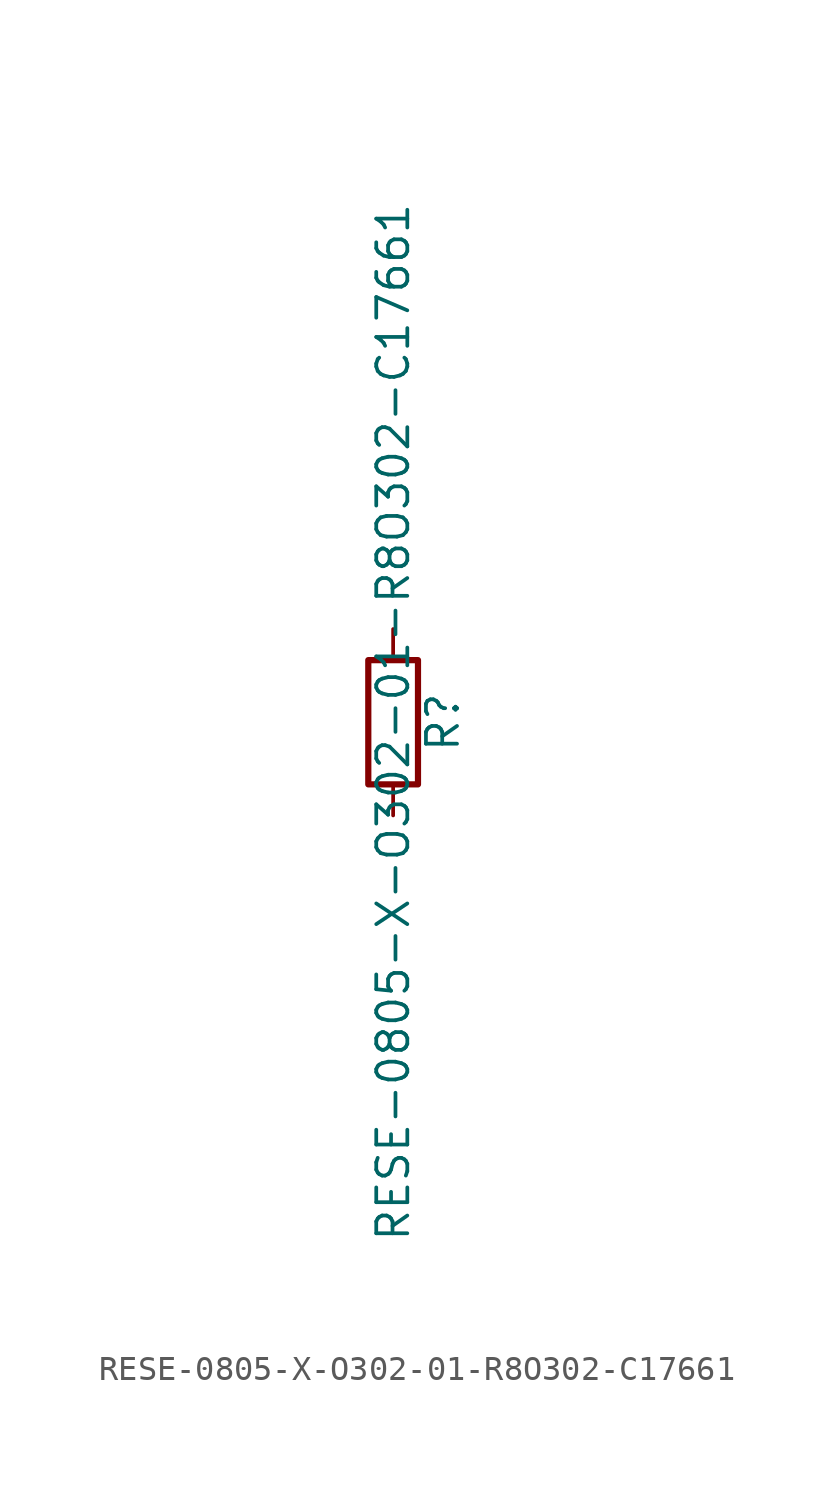
<source format=kicad_sym>
(kicad_symbol_lib
  (version 20211014)
  (generator kicad_symbol_editor)
  (symbol "RESE-0805-X-O302-01-R8O302-C17661"
    (pin_numbers hide)
    (pin_names
      (offset 0))
    (property "Reference" "R"
      (at 2.032 0 90)
      (effects (font (size 1.27 1.27))))
    (property "Value" "RESE-0805-X-O302-01-R8O302-C17661"
      (at 0 0 90)
      (effects (font (size 1.27 1.27))))
    (symbol "RESE-0805-X-O302-01-R8O302-C17661_0_1"
      (rectangle (start -1.016 -2.54) (end 1.016 2.54) (stroke (width 0.254) (type default) (color 0 0 0 0)) (fill (type none))))
    (symbol "RESE-0805-X-O302-01-R8O302-C17661_1_1"
      (pin passive line (at 0 3.81 270) (length 1.27) (name "~" (effects (font (size 1.27 1.27)))) (number "1" (effects (font (size 1.27 1.27)))))
      (pin passive line (at 0 -3.81 90) (length 1.27) (name "~" (effects (font (size 1.27 1.27)))) (number "2" (effects (font (size 1.27 1.27))))))))
</source>
